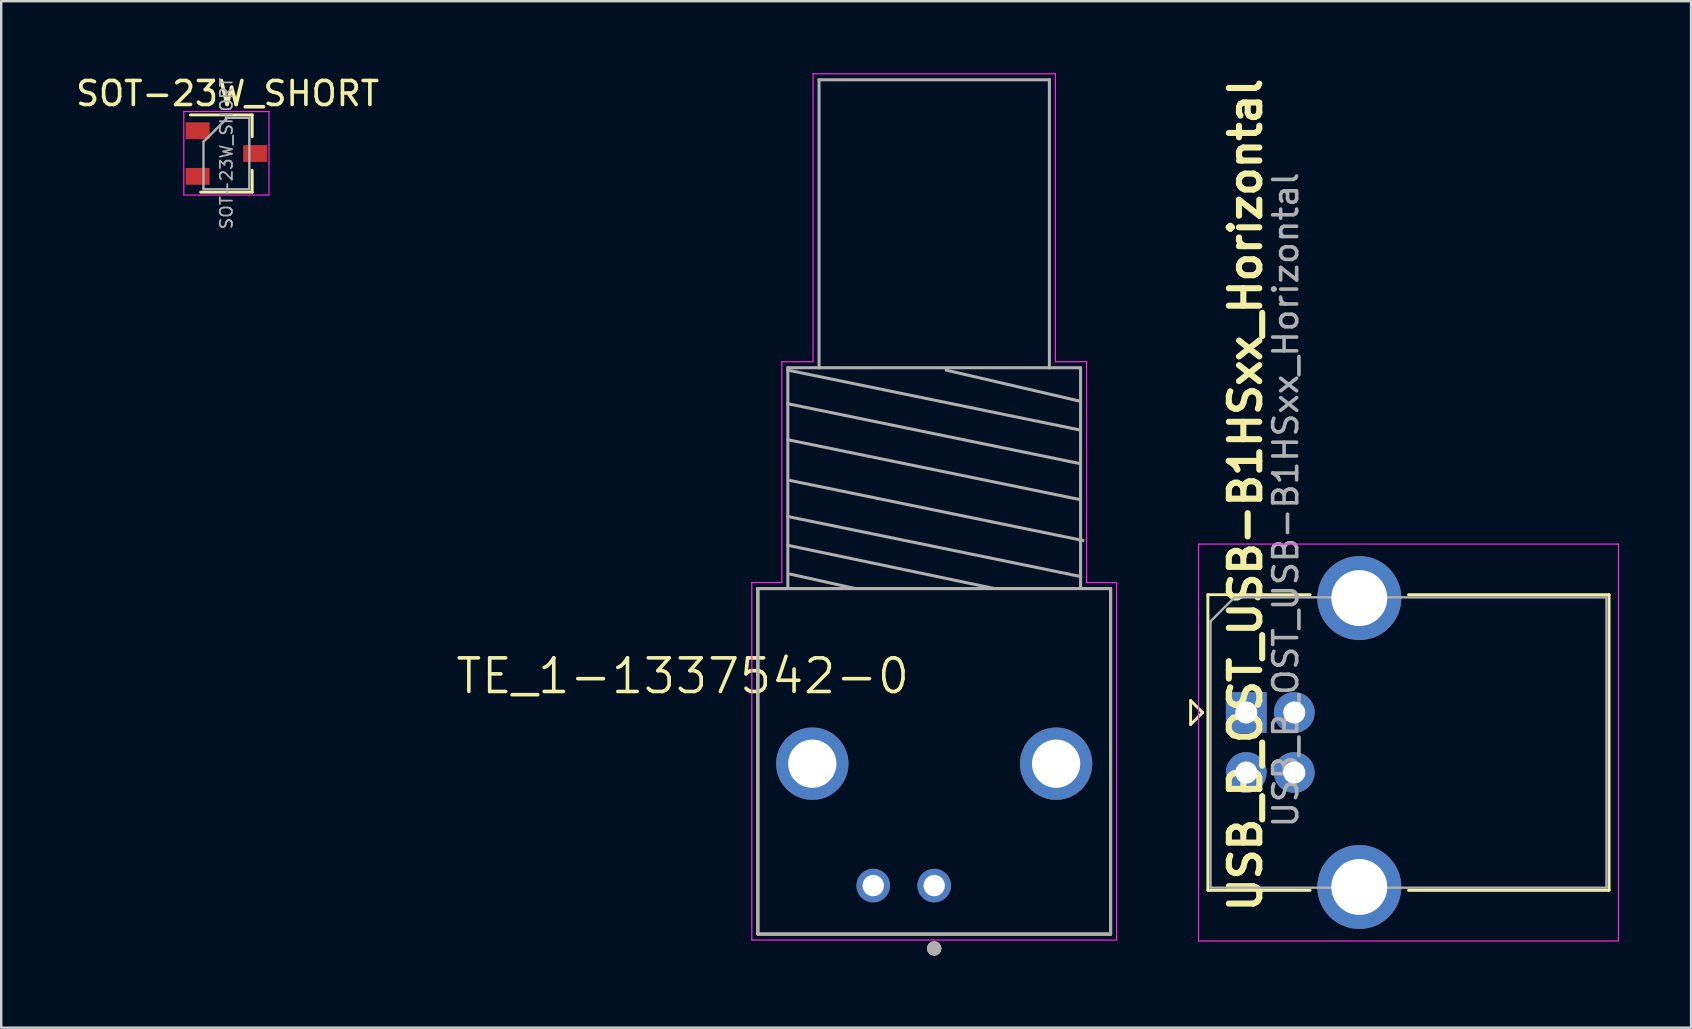
<source format=kicad_pcb>
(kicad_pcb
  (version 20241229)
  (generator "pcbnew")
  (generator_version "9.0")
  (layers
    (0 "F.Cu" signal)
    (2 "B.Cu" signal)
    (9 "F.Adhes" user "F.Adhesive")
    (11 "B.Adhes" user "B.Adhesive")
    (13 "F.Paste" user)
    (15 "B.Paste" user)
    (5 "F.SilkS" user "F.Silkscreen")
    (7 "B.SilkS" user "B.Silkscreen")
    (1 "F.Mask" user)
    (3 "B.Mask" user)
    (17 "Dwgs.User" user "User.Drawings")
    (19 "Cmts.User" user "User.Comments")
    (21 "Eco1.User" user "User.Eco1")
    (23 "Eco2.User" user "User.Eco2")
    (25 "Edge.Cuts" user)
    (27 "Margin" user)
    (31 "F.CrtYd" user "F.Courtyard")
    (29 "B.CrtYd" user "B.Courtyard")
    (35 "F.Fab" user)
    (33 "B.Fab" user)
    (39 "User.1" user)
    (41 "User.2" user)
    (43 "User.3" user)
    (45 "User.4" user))
  (footprint "USB_B_OST_USB-B1HSxx_Horizontal"
    (layer "F.Cu")
    (at 48.886 26.643)
    (property "Reference" "USB_B_OST_USB-B1HSxx_Horizontal" (at -0.032 -9.063 90) (layer "F.SilkS") (effects (font (size 1.27 1.27) (thickness 0.254) (bold yes))))
    (attr through_hole)
    (fp_line (start -2.32 -0.5) (end -2.32 0.5) (stroke (width 0.12) (type solid)) (layer "F.SilkS"))
    (fp_line (start -2.32 0.5) (end -1.82 0) (stroke (width 0.12) (type solid)) (layer "F.SilkS"))
    (fp_line (start -1.82 0) (end -2.32 -0.5) (stroke (width 0.12) (type solid)) (layer "F.SilkS"))
    (fp_line (start -1.6 -4.91) (end -1.6 7.41) (stroke (width 0.12) (type solid)) (layer "F.SilkS"))
    (fp_line (start -1.6 7.41) (end 2.66 7.41) (stroke (width 0.12) (type solid)) (layer "F.SilkS"))
    (fp_line (start 2.66 -4.91) (end -1.6 -4.91) (stroke (width 0.12) (type solid)) (layer "F.SilkS"))
    (fp_line (start 6.76 -4.91) (end 15.12 -4.91) (stroke (width 0.12) (type solid)) (layer "F.SilkS"))
    (fp_line (start 15.12 -4.91) (end 15.12 7.41) (stroke (width 0.12) (type solid)) (layer "F.SilkS"))
    (fp_line (start 15.12 7.41) (end 6.76 7.41) (stroke (width 0.12) (type solid)) (layer "F.SilkS"))
    (fp_line (start -1.99 -7.02) (end -1.99 9.52) (stroke (width 0.05) (type solid)) (layer "F.CrtYd"))
    (fp_line (start -1.99 9.52) (end 15.51 9.52) (stroke (width 0.05) (type solid)) (layer "F.CrtYd"))
    (fp_line (start 15.51 -7.02) (end -1.99 -7.02) (stroke (width 0.05) (type solid)) (layer "F.CrtYd"))
    (fp_line (start 15.51 9.52) (end 15.51 -7.02) (stroke (width 0.05) (type solid)) (layer "F.CrtYd"))
    (fp_line (start -1.49 -3.8) (end -0.49 -4.8) (stroke (width 0.1) (type solid)) (layer "F.Fab"))
    (fp_line (start -1.49 7.3) (end -1.49 -3.8) (stroke (width 0.1) (type solid)) (layer "F.Fab"))
    (fp_line (start -0.49 -4.8) (end 15.01 -4.8) (stroke (width 0.1) (type solid)) (layer "F.Fab"))
    (fp_line (start 15.01 -4.8) (end 15.01 7.3) (stroke (width 0.1) (type solid)) (layer "F.Fab"))
    (fp_line (start 15.01 7.3) (end -1.49 7.3) (stroke (width 0.1) (type solid)) (layer "F.Fab"))
    (fp_text user "${REFERENCE}" (at 1.644 -8.86 270) (layer "F.Fab") (effects (font (size 1 1) (thickness 0.15))))
    (pad "1" thru_hole rect (at 0 0) (size 1.7 1.7) (drill 0.92) (layers "*.Cu" "*.Mask"))
    (pad "2" thru_hole circle (at 0 2.5) (size 1.7 1.7) (drill 0.92) (layers "*.Cu" "*.Mask"))
    (pad "3" thru_hole circle (at 2 2.5) (size 1.7 1.7) (drill 0.92) (layers "*.Cu" "*.Mask"))
    (pad "4" thru_hole circle (at 2 0) (size 1.7 1.7) (drill 0.92) (layers "*.Cu" "*.Mask"))
    (pad "5" thru_hole circle (at 4.71 -4.77) (size 3.5 3.5) (drill 2.33) (layers "*.Cu" "*.Mask"))
    (pad "5" thru_hole circle (at 4.71 7.27) (size 3.5 3.5) (drill 2.33) (layers "*.Cu" "*.Mask")))
  (footprint "SOT-23W_SHORT"
    (layer "F.Cu")
    (at 6.385 3.348)
    (property "Reference" "SOT-23W_SHORT" (at 0.05 -2.5 0) (layer "F.SilkS") (effects (font (size 1 1) (thickness 0.15))))
    (attr smd)
    (fp_line (start -1.5 -1.61) (end 1.075 -1.61) (stroke (width 0.12) (type solid)) (layer "F.SilkS"))
    (fp_line (start -1.075 1.61) (end 1.075 1.61) (stroke (width 0.12) (type solid)) (layer "F.SilkS"))
    (fp_line (start 1.075 -1.61) (end 1.075 -0.7) (stroke (width 0.12) (type solid)) (layer "F.SilkS"))
    (fp_line (start 1.075 0.7) (end 1.075 1.61) (stroke (width 0.12) (type solid)) (layer "F.SilkS"))
    (fp_line (start -1.775 -1.75) (end 1.775 -1.75) (stroke (width 0.05) (type solid)) (layer "F.CrtYd"))
    (fp_line (start -1.775 1.73) (end -1.775 -1.75) (stroke (width 0.05) (type solid)) (layer "F.CrtYd"))
    (fp_line (start 1.775 -1.75) (end 1.775 1.73) (stroke (width 0.05) (type solid)) (layer "F.CrtYd"))
    (fp_line (start 1.775 1.73) (end -1.775 1.73) (stroke (width 0.05) (type solid)) (layer "F.CrtYd"))
    (fp_line (start -0.955 -0.49) (end -0.955 1.49) (stroke (width 0.1) (type solid)) (layer "F.Fab"))
    (fp_line (start -0.955 -0.49) (end 0.045 -1.49) (stroke (width 0.1) (type solid)) (layer "F.Fab"))
    (fp_line (start -0.955 1.49) (end 0.955 1.49) (stroke (width 0.1) (type solid)) (layer "F.Fab"))
    (fp_line (start 0.045 -1.49) (end 0.955 -1.49) (stroke (width 0.1) (type solid)) (layer "F.Fab"))
    (fp_line (start 0.955 -1.49) (end 0.955 1.49) (stroke (width 0.1) (type solid)) (layer "F.Fab"))
    (fp_text user "${REFERENCE}" (at 0 0 90) (layer "F.Fab") (effects (font (size 0.5 0.5) (thickness 0.075))))
    (pad "1" smd rect (at -1.2 -0.95) (size 1 0.7) (layers "F.Cu" "F.Mask" "F.Paste"))
    (pad "2" smd rect (at -1.2 0.95) (size 1 0.7) (layers "F.Cu" "F.Mask" "F.Paste"))
    (pad "3" smd rect (at 1.2 0) (size 1 0.7) (layers "F.Cu" "F.Mask" "F.Paste")))
  (footprint "TE_1-1337542-0"
    (layer "F.Cu")
    (at 35.881 28.775)
    (property "Reference" "TE_1-1337542-0" (at -10.48 -3.65 180) (layer "F.SilkS") (effects (font (size 1.402 1.402) (thickness 0.15))))
    (attr through_hole)
    (fp_line (start -7.35 -7.3) (end -6.1 -7.3) (stroke (width 0.127) (type solid)) (layer "F.SilkS"))
    (fp_line (start -7.35 7.1) (end -7.35 -7.3) (stroke (width 0.127) (type solid)) (layer "F.SilkS"))
    (fp_line (start -6.1 -7.3) (end 6.1 -7.3) (stroke (width 0.127) (type solid)) (layer "F.SilkS"))
    (fp_line (start 6.1 -7.3) (end 7.35 -7.3) (stroke (width 0.127) (type solid)) (layer "F.SilkS"))
    (fp_line (start 7.35 -7.3) (end 7.35 7.1) (stroke (width 0.127) (type solid)) (layer "F.SilkS"))
    (fp_line (start 7.35 7.1) (end -7.35 7.1) (stroke (width 0.127) (type solid)) (layer "F.SilkS"))
    (fp_circle (center 0 7.7) (end 0.15 7.7) (stroke (width 0.3) (type solid)) (fill no) (layer "F.SilkS"))
    (fp_line (start -7.6 -7.55) (end -6.35 -7.55) (stroke (width 0.05) (type solid)) (layer "F.CrtYd"))
    (fp_line (start -7.6 7.35) (end -7.6 -7.55) (stroke (width 0.05) (type solid)) (layer "F.CrtYd"))
    (fp_line (start -6.35 -16.75) (end -5.05 -16.75) (stroke (width 0.05) (type solid)) (layer "F.CrtYd"))
    (fp_line (start -6.35 -7.55) (end -6.35 -16.75) (stroke (width 0.05) (type solid)) (layer "F.CrtYd"))
    (fp_line (start -5.05 -28.75) (end 5.05 -28.75) (stroke (width 0.05) (type solid)) (layer "F.CrtYd"))
    (fp_line (start -5.05 -16.75) (end -5.05 -28.75) (stroke (width 0.05) (type solid)) (layer "F.CrtYd"))
    (fp_line (start 5.05 -28.75) (end 5.05 -16.75) (stroke (width 0.05) (type solid)) (layer "F.CrtYd"))
    (fp_line (start 5.05 -16.75) (end 6.35 -16.75) (stroke (width 0.05) (type solid)) (layer "F.CrtYd"))
    (fp_line (start 6.35 -16.75) (end 6.35 -7.55) (stroke (width 0.05) (type solid)) (layer "F.CrtYd"))
    (fp_line (start 6.35 -7.55) (end 7.6 -7.55) (stroke (width 0.05) (type solid)) (layer "F.CrtYd"))
    (fp_line (start 7.6 -7.55) (end 7.6 7.35) (stroke (width 0.05) (type solid)) (layer "F.CrtYd"))
    (fp_line (start 7.6 7.35) (end -7.6 7.35) (stroke (width 0.05) (type solid)) (layer "F.CrtYd"))
    (fp_line (start -7.35 -7.3) (end -3.3 -7.3) (stroke (width 0.127) (type solid)) (layer "F.Fab"))
    (fp_line (start -7.35 7.1) (end -7.35 -7.3) (stroke (width 0.127) (type solid)) (layer "F.Fab"))
    (fp_line (start -6.1 -16.5) (end -4.8 -16.5) (stroke (width 0.127) (type solid)) (layer "F.Fab"))
    (fp_line (start -6.1 -16.4) (end 6.1 -13.9) (stroke (width 0.127) (type solid)) (layer "F.Fab"))
    (fp_line (start -6.1 -15) (end 6.1 -12.5) (stroke (width 0.127) (type solid)) (layer "F.Fab"))
    (fp_line (start -6.1 -13.5) (end 6.1 -11) (stroke (width 0.127) (type solid)) (layer "F.Fab"))
    (fp_line (start -6.1 -10.3) (end 6.1 -7.8) (stroke (width 0.127) (type solid)) (layer "F.Fab"))
    (fp_line (start -6.1 -9.1) (end 2.5 -7.3) (stroke (width 0.127) (type solid)) (layer "F.Fab"))
    (fp_line (start -6.1 -7.3) (end -6.1 -16.5) (stroke (width 0.127) (type solid)) (layer "F.Fab"))
    (fp_line (start -6 -11.8) (end 6.2 -9.3) (stroke (width 0.127) (type solid)) (layer "F.Fab"))
    (fp_line (start -6 -7.9) (end -3.3 -7.3) (stroke (width 0.127) (type solid)) (layer "F.Fab"))
    (fp_line (start -4.8 -28.5) (end 4.8 -28.5) (stroke (width 0.127) (type solid)) (layer "F.Fab"))
    (fp_line (start -4.8 -16.5) (end -4.8 -28.5) (stroke (width 0.127) (type solid)) (layer "F.Fab"))
    (fp_line (start -4.8 -16.5) (end 4.8 -16.5) (stroke (width 0.127) (type solid)) (layer "F.Fab"))
    (fp_line (start -3.3 -7.3) (end 2.5 -7.3) (stroke (width 0.127) (type solid)) (layer "F.Fab"))
    (fp_line (start 0.5 -16.4) (end 6.1 -15.1) (stroke (width 0.127) (type solid)) (layer "F.Fab"))
    (fp_line (start 2.5 -7.3) (end 7.35 -7.3) (stroke (width 0.127) (type solid)) (layer "F.Fab"))
    (fp_line (start 4.8 -28.5) (end 4.8 -16.5) (stroke (width 0.127) (type solid)) (layer "F.Fab"))
    (fp_line (start 4.8 -16.5) (end 6.1 -16.5) (stroke (width 0.127) (type solid)) (layer "F.Fab"))
    (fp_line (start 6.1 -16.5) (end 6.1 -7.3) (stroke (width 0.127) (type solid)) (layer "F.Fab"))
    (fp_line (start 7.35 -7.3) (end 7.35 7.1) (stroke (width 0.127) (type solid)) (layer "F.Fab"))
    (fp_line (start 7.35 7.1) (end -7.35 7.1) (stroke (width 0.127) (type solid)) (layer "F.Fab"))
    (fp_circle (center 0 7.7) (end 0.15 7.7) (stroke (width 0.3) (type solid)) (fill no) (layer "F.Fab"))
    (pad "1" thru_hole circle (at 0 5.08) (size 1.398 1.398) (drill 0.89) (layers "*.Cu" "*.Mask"))
    (pad "2" thru_hole circle (at -2.54 5.08) (size 1.398 1.398) (drill 0.89) (layers "*.Cu" "*.Mask"))
    (pad "3" thru_hole circle (at 5.08 0) (size 3.015 3.015) (drill 2.01) (layers "*.Cu" "*.Mask"))
    (pad "4" thru_hole circle (at -5.08 0) (size 3.015 3.015) (drill 2.01) (layers "*.Cu" "*.Mask")))
  (gr_rect
    (start -3 -3)
    (end 67.421 39.775)
    (stroke (width 0.1) (type default))
    (fill no)
    (layer "Edge.Cuts")))
</source>
